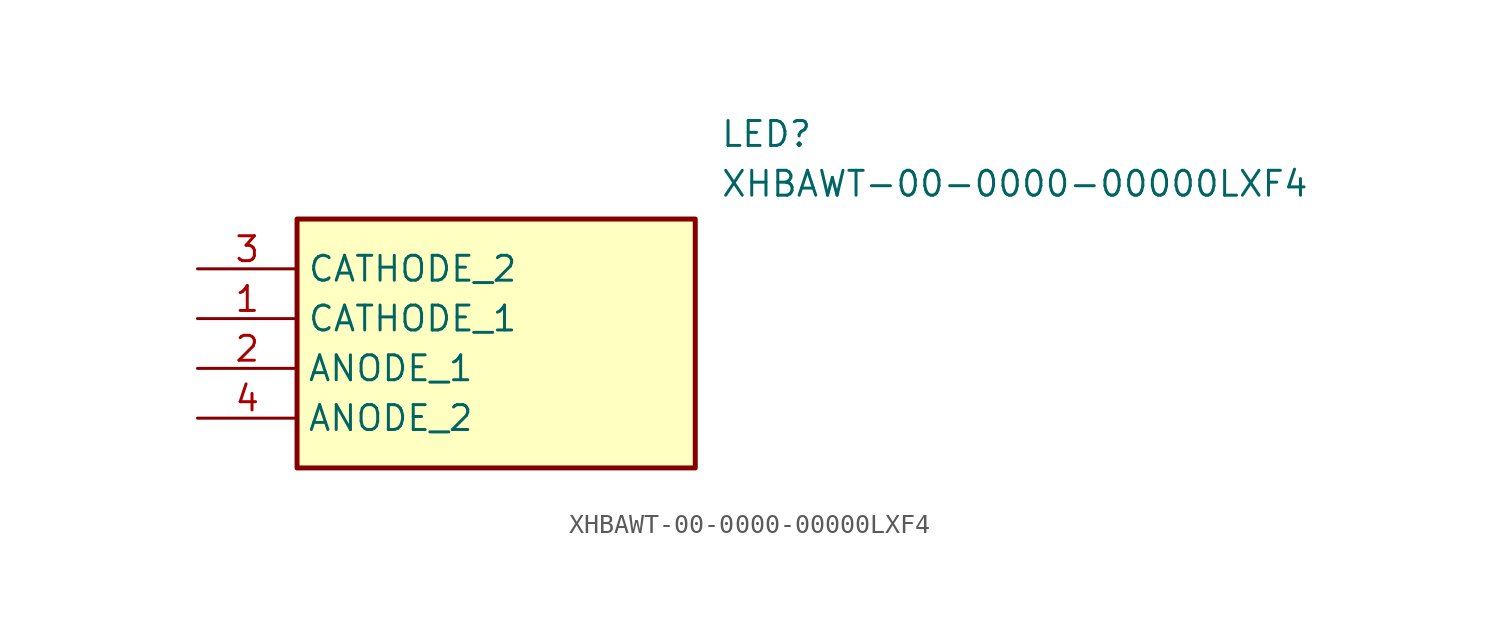
<source format=kicad_sym>
(kicad_symbol_lib
  (version 20211014)
  (generator SamacSys_ECAD_Model)
  (symbol "XHBAWT-00-0000-00000LXF4"
    (property "Reference" "LED"
      (at 26.67 7.62 0)
      (effects (font (size 1.27 1.27)) (justify left top)))
    (property "Value" "XHBAWT-00-0000-00000LXF4"
      (at 26.67 5.08 0)
      (effects (font (size 1.27 1.27)) (justify left top)))
    (rectangle
      (start 5.08 2.54)
      (end 25.4 -10.16)
      (stroke (width 0.254) (type default))
      (fill (type background)))
    (pin passive line
      (at 0 -2.54 0)
      (length 5.08)
      (name "CATHODE_1" (effects (font (size 1.27 1.27))))
      (number "1" (effects (font (size 1.27 1.27)))))
    (pin passive line
      (at 0 -5.08 0)
      (length 5.08)
      (name "ANODE_1" (effects (font (size 1.27 1.27))))
      (number "2" (effects (font (size 1.27 1.27)))))
    (pin passive line
      (at 0 0 0)
      (length 5.08)
      (name "CATHODE_2" (effects (font (size 1.27 1.27))))
      (number "3" (effects (font (size 1.27 1.27)))))
    (pin passive line
      (at 0 -7.62 0)
      (length 5.08)
      (name "ANODE_2" (effects (font (size 1.27 1.27))))
      (number "4" (effects (font (size 1.27 1.27)))))))
</source>
